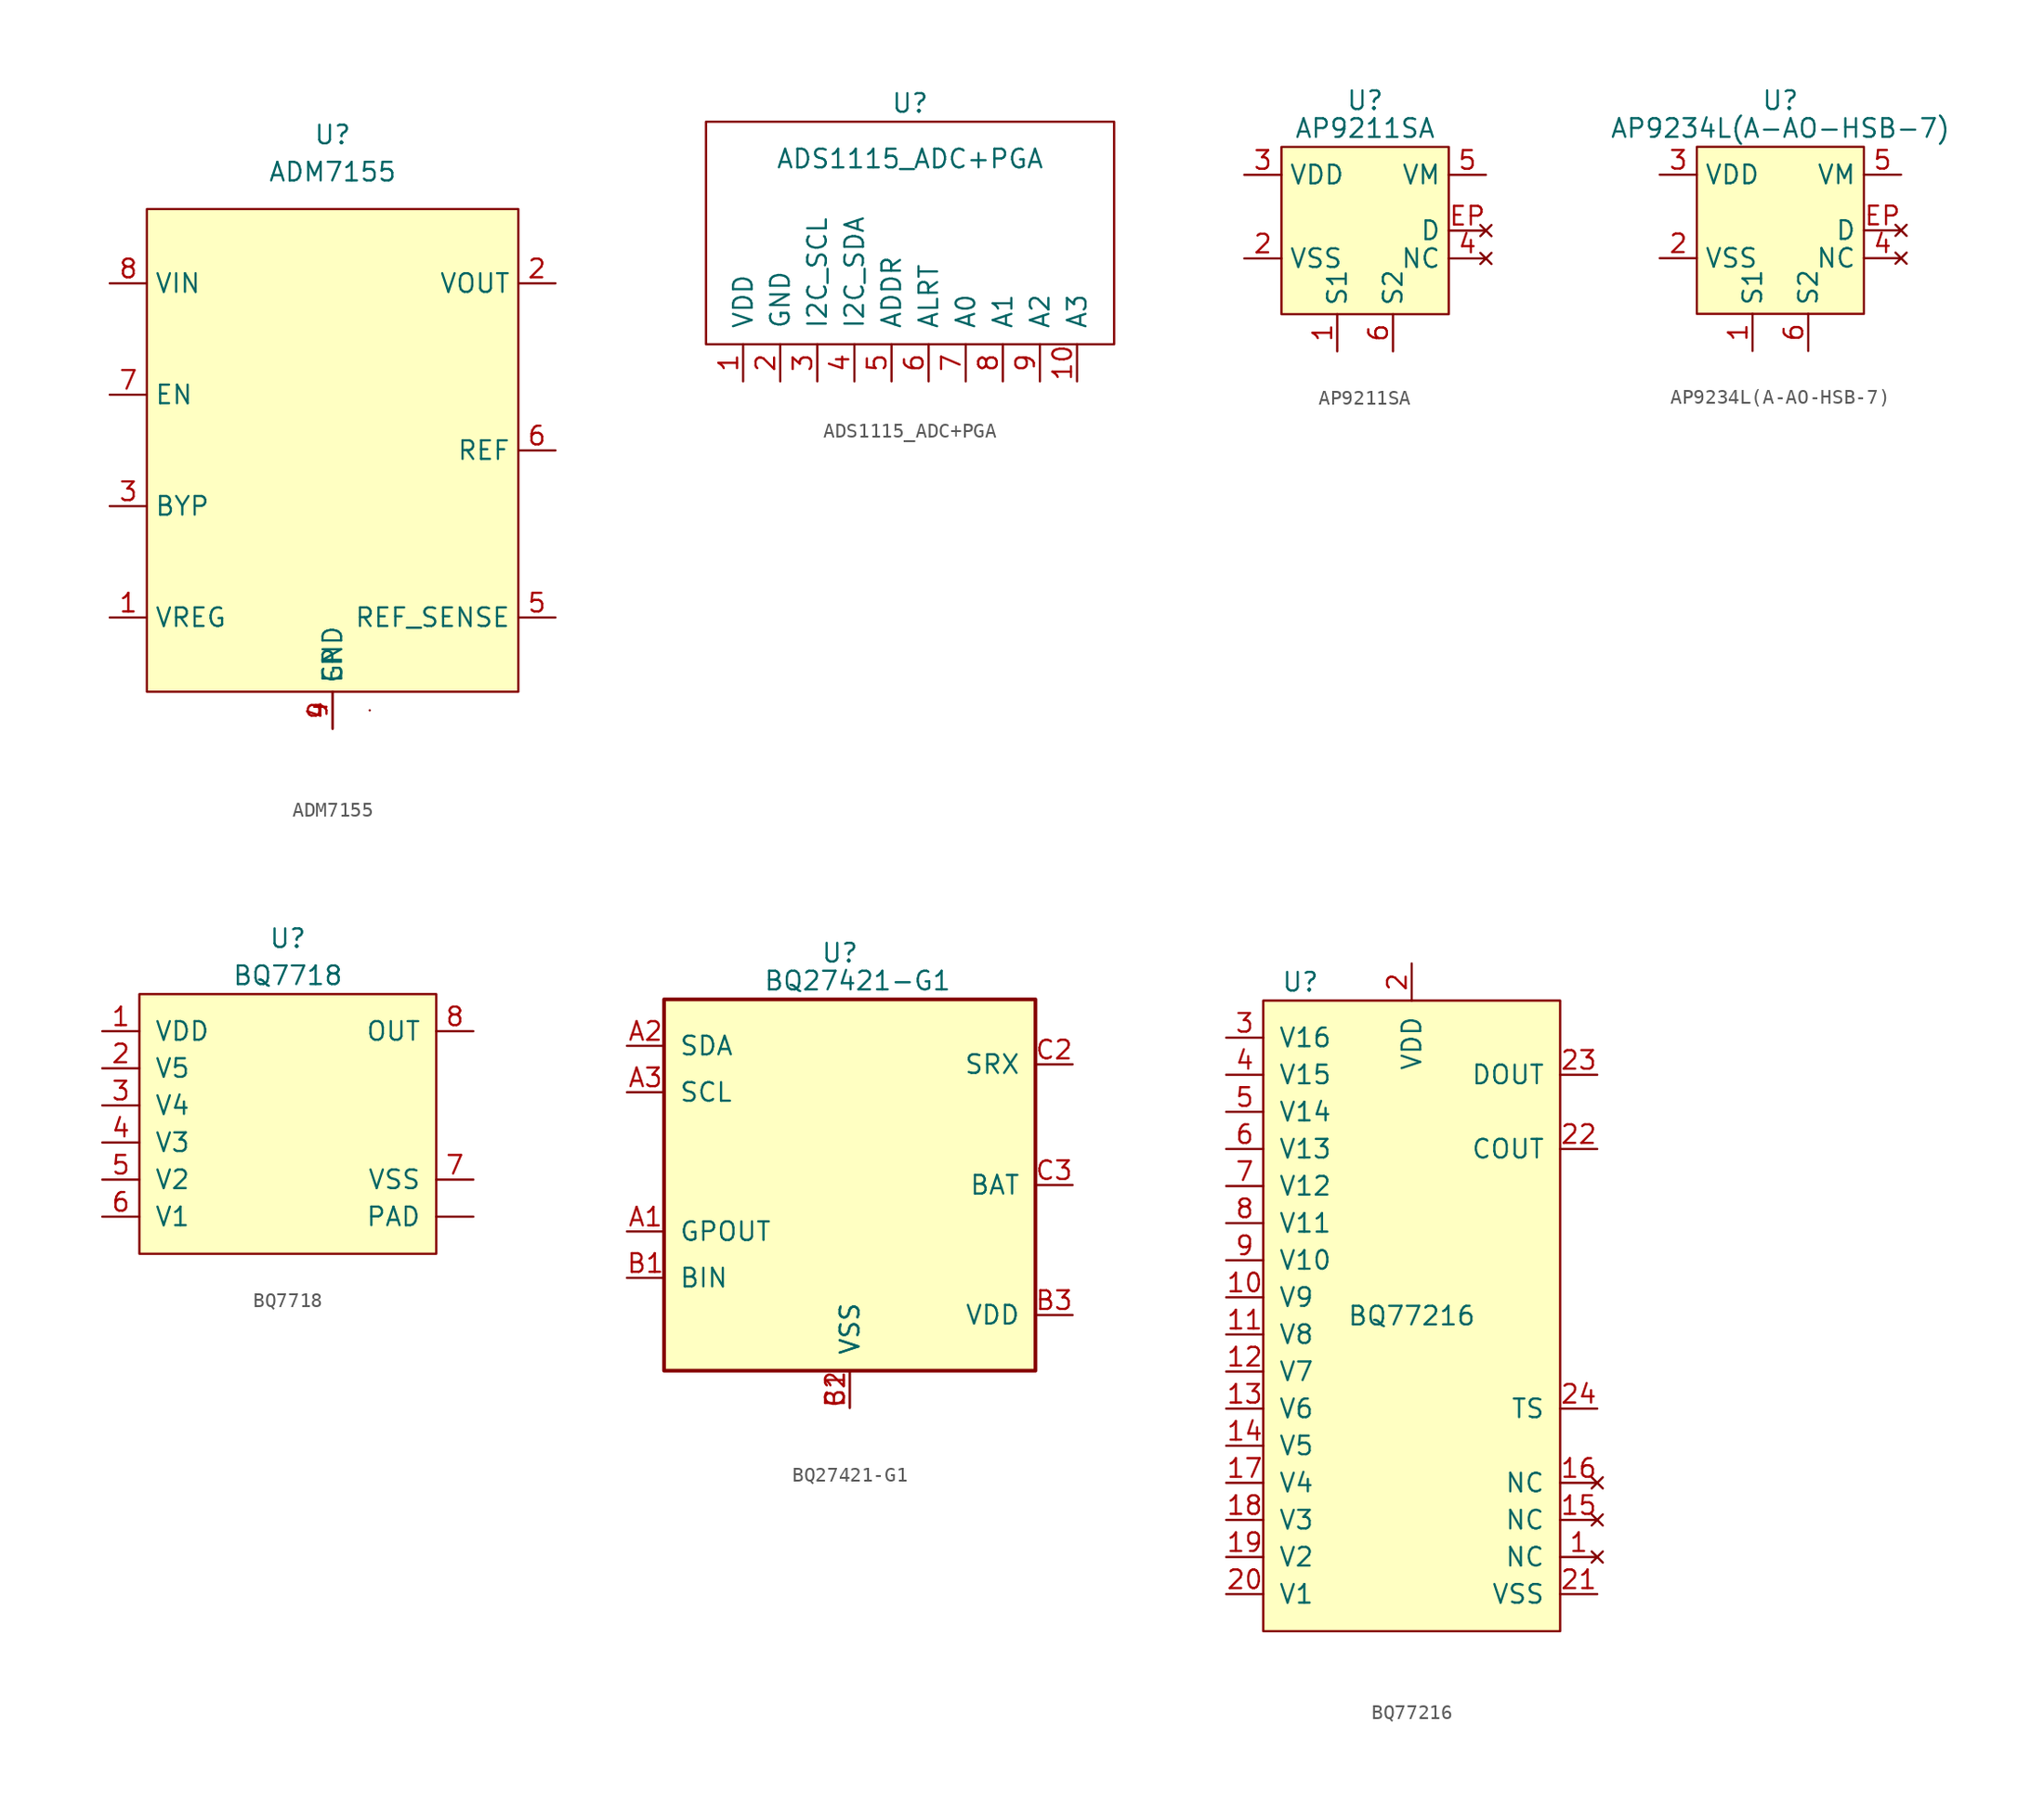
<source format=kicad_sym>
(kicad_symbol_lib
  (version 20211014)
  (generator kicad_symbol_editor)
  (symbol "ADM7155"
    (property "Reference" "U"
      (at 0 21.59 0)
      (effects (font (size 1.27 1.27))))
    (property "Value" "ADM7155"
      (at 0 19.05 0)
      (effects (font (size 1.27 1.27))))
    (symbol "ADM7155_0_1"
      (rectangle (start -12.7 16.51) (end 12.7 -16.51) (stroke (width 0.152) (type default) (color 0 0 0 0)) (fill (type background)))
      (rectangle (start 2.54 -17.78) (end 2.54 -17.78) (stroke (width 0.152) (type default) (color 0 0 0 0)) (fill (type none))))
    (symbol "ADM7155_1_1"
      (pin power_in line (at -15.24 -11.43 0) (length 2.54) (name "VREG" (effects (font (size 1.27 1.27)))) (number "1" (effects (font (size 1.27 1.27)))))
      (pin power_out line (at 15.24 11.43 180) (length 2.54) (name "VOUT" (effects (font (size 1.27 1.27)))) (number "2" (effects (font (size 1.27 1.27)))))
      (pin input line (at -15.24 -3.81 0) (length 2.54) (name "BYP" (effects (font (size 1.27 1.27)))) (number "3" (effects (font (size 1.27 1.27)))))
      (pin input line (at 0 -19.05 90) (length 2.54) (name "GND" (effects (font (size 1.27 1.27)))) (number "4" (effects (font (size 1.27 1.27)))))
      (pin input line (at 15.24 -11.43 180) (length 2.54) (name "REF_SENSE" (effects (font (size 1.27 1.27)))) (number "5" (effects (font (size 1.27 1.27)))))
      (pin output line (at 15.24 0 180) (length 2.54) (name "REF" (effects (font (size 1.27 1.27)))) (number "6" (effects (font (size 1.27 1.27)))))
      (pin input line (at -15.24 3.81 0) (length 2.54) (name "EN" (effects (font (size 1.27 1.27)))) (number "7" (effects (font (size 1.27 1.27)))))
      (pin power_in line (at -15.24 11.43 0) (length 2.54) (name "VIN" (effects (font (size 1.27 1.27)))) (number "8" (effects (font (size 1.27 1.27)))))
      (pin input line (at 0 -19.05 90) (length 2.54) (name "EP" (effects (font (size 1.27 1.27)))) (number "9" (effects (font (size 1.27 1.27)))))))
  (symbol "ADS1115_ADC+PGA"
    (pin_names
      (offset 1.016))
    (property "Reference" "U"
      (at 0 8.89 0)
      (effects (font (size 1.27 1.27))))
    (property "Value" "ADS1115_ADC+PGA"
      (at 0 5.08 0)
      (effects (font (size 1.27 1.27))))
    (symbol "ADS1115_ADC+PGA_0_1"
      (rectangle (start -13.97 -7.62) (end 13.97 7.62) (stroke (width 0) (type default) (color 0 0 0 0)) (fill (type none))))
    (symbol "ADS1115_ADC+PGA_1_1"
      (pin input line (at -11.43 -10.16 90) (length 2.54) (name "VDD" (effects (font (size 1.27 1.27)))) (number "1" (effects (font (size 1.27 1.27)))))
      (pin input line (at 11.43 -10.16 90) (length 2.54) (name "A3" (effects (font (size 1.27 1.27)))) (number "10" (effects (font (size 1.27 1.27)))))
      (pin input line (at -8.89 -10.16 90) (length 2.54) (name "GND" (effects (font (size 1.27 1.27)))) (number "2" (effects (font (size 1.27 1.27)))))
      (pin input line (at -6.35 -10.16 90) (length 2.54) (name "I2C_SCL" (effects (font (size 1.27 1.27)))) (number "3" (effects (font (size 1.27 1.27)))))
      (pin input line (at -3.81 -10.16 90) (length 2.54) (name "I2C_SDA" (effects (font (size 1.27 1.27)))) (number "4" (effects (font (size 1.27 1.27)))))
      (pin input line (at -1.27 -10.16 90) (length 2.54) (name "ADDR" (effects (font (size 1.27 1.27)))) (number "5" (effects (font (size 1.27 1.27)))))
      (pin input line (at 1.27 -10.16 90) (length 2.54) (name "ALRT" (effects (font (size 1.27 1.27)))) (number "6" (effects (font (size 1.27 1.27)))))
      (pin input line (at 3.81 -10.16 90) (length 2.54) (name "A0" (effects (font (size 1.27 1.27)))) (number "7" (effects (font (size 1.27 1.27)))))
      (pin input line (at 6.35 -10.16 90) (length 2.54) (name "A1" (effects (font (size 1.27 1.27)))) (number "8" (effects (font (size 1.27 1.27)))))
      (pin input line (at 8.89 -10.16 90) (length 2.54) (name "A2" (effects (font (size 1.27 1.27)))) (number "9" (effects (font (size 1.27 1.27)))))))
  (symbol "AP9211SA"
    (property "Reference" "U"
      (at 0 8.89 0)
      (effects (font (size 1.27 1.27))))
    (property "Value" "AP9211SA"
      (at 0 6.985 0)
      (effects (font (size 1.27 1.27))))
    (symbol "AP9211SA_0_1"
      (rectangle (start -5.715 5.715) (end 5.715 -5.715) (stroke (width 0.152) (type default) (color 0 0 0 0)) (fill (type background))))
    (symbol "AP9211SA_1_1"
      (pin power_in line (at -1.905 -8.255 90) (length 2.54) (name "S1" (effects (font (size 1.27 1.27)))) (number "1" (effects (font (size 1.27 1.27)))))
      (pin power_in line (at -8.255 -1.905 0) (length 2.54) (name "VSS" (effects (font (size 1.27 1.27)))) (number "2" (effects (font (size 1.27 1.27)))))
      (pin power_in line (at -8.255 3.81 0) (length 2.54) (name "VDD" (effects (font (size 1.27 1.27)))) (number "3" (effects (font (size 1.27 1.27)))))
      (pin no_connect line (at 8.255 -1.905 180) (length 2.54) (name "NC" (effects (font (size 1.27 1.27)))) (number "4" (effects (font (size 1.27 1.27)))))
      (pin input line (at 8.255 3.81 180) (length 2.54) (name "VM" (effects (font (size 1.27 1.27)))) (number "5" (effects (font (size 1.27 1.27)))))
      (pin power_in line (at 1.905 -8.255 90) (length 2.54) (name "S2" (effects (font (size 1.27 1.27)))) (number "6" (effects (font (size 1.27 1.27)))))
      (pin no_connect line (at 8.255 0 180) (length 2.54) (name "D" (effects (font (size 1.27 1.27)))) (number "EP" (effects (font (size 1.27 1.27)))))))
  (symbol "AP9234L(A-AO-HSB-7)"
    (property "Reference" "U"
      (at 0 8.89 0)
      (effects (font (size 1.27 1.27))))
    (property "Value" "AP9234L(A-AO-HSB-7)"
      (at 0 6.985 0)
      (effects (font (size 1.27 1.27))))
    (symbol "AP9234L(A-AO-HSB-7)_0_1"
      (rectangle (start -5.715 5.715) (end 5.715 -5.715) (stroke (width 0.152) (type default) (color 0 0 0 0)) (fill (type background))))
    (symbol "AP9234L(A-AO-HSB-7)_1_1"
      (pin power_in line (at -1.905 -8.255 90) (length 2.54) (name "S1" (effects (font (size 1.27 1.27)))) (number "1" (effects (font (size 1.27 1.27)))))
      (pin power_in line (at -8.255 -1.905 0) (length 2.54) (name "VSS" (effects (font (size 1.27 1.27)))) (number "2" (effects (font (size 1.27 1.27)))))
      (pin power_in line (at -8.255 3.81 0) (length 2.54) (name "VDD" (effects (font (size 1.27 1.27)))) (number "3" (effects (font (size 1.27 1.27)))))
      (pin no_connect line (at 8.255 -1.905 180) (length 2.54) (name "NC" (effects (font (size 1.27 1.27)))) (number "4" (effects (font (size 1.27 1.27)))))
      (pin input line (at 8.255 3.81 180) (length 2.54) (name "VM" (effects (font (size 1.27 1.27)))) (number "5" (effects (font (size 1.27 1.27)))))
      (pin power_in line (at 1.905 -8.255 90) (length 2.54) (name "S2" (effects (font (size 1.27 1.27)))) (number "6" (effects (font (size 1.27 1.27)))))
      (pin no_connect line (at 8.255 0 180) (length 2.54) (name "D" (effects (font (size 1.27 1.27)))) (number "EP" (effects (font (size 1.27 1.27)))))))
  (symbol "BQ7718"
    (pin_names
      (offset 1.016))
    (property "Reference" "U"
      (at 0 12.7 0)
      (effects (font (size 1.27 1.27))))
    (property "Value" "BQ7718"
      (at 0 10.16 0)
      (effects (font (size 1.27 1.27))))
    (symbol "BQ7718_0_1"
      (rectangle (start -10.16 8.89) (end 10.16 -8.89) (stroke (width 0) (type default) (color 0 0 0 0)) (fill (type background))))
    (symbol "BQ7718_1_1"
      (pin power_in line (at -12.7 6.35 0) (length 2.54) (name "VDD" (effects (font (size 1.27 1.27)))) (number "1" (effects (font (size 1.27 1.27)))))
      (pin input line (at -12.7 3.81 0) (length 2.54) (name "V5" (effects (font (size 1.27 1.27)))) (number "2" (effects (font (size 1.27 1.27)))))
      (pin input line (at -12.7 1.27 0) (length 2.54) (name "V4" (effects (font (size 1.27 1.27)))) (number "3" (effects (font (size 1.27 1.27)))))
      (pin input line (at -12.7 -1.27 0) (length 2.54) (name "V3" (effects (font (size 1.27 1.27)))) (number "4" (effects (font (size 1.27 1.27)))))
      (pin input line (at -12.7 -3.81 0) (length 2.54) (name "V2" (effects (font (size 1.27 1.27)))) (number "5" (effects (font (size 1.27 1.27)))))
      (pin input line (at -12.7 -6.35 0) (length 2.54) (name "V1" (effects (font (size 1.27 1.27)))) (number "6" (effects (font (size 1.27 1.27)))))
      (pin input line (at 12.7 -3.81 180) (length 2.54) (name "VSS" (effects (font (size 1.27 1.27)))) (number "7" (effects (font (size 1.27 1.27)))))
      (pin output line (at 12.7 6.35 180) (length 2.54) (name "OUT" (effects (font (size 1.27 1.27)))) (number "8" (effects (font (size 1.27 1.27)))))
      (pin passive line (at 12.7 -6.35 180) (length 2.54) (name "PAD" (effects (font (size 1.27 1.27)))) (number "~" (effects (font (size 1.27 1.27)))))))
  (symbol "BQ27421-G1"
    (pin_names
      (offset 1.016))
    (property "Reference" "U"
      (at 0.635 15.875 0)
      (effects (font (size 1.27 1.27)) (justify right)))
    (property "Value" "BQ27421-G1"
      (at 6.985 13.97 0)
      (effects (font (size 1.27 1.27)) (justify right)))
    (symbol "BQ27421-G1_0_1"
      (rectangle (start -12.7 12.7) (end 12.7 -12.7) (stroke (width 0.254) (type default) (color 0 0 0 0)) (fill (type background))))
    (symbol "BQ27421-G1_1_1"
      (pin output line (at -15.24 -3.175 0) (length 2.54) (name "GPOUT" (effects (font (size 1.27 1.27)))) (number "A1" (effects (font (size 1.27 1.27)))))
      (pin bidirectional line (at -15.24 9.525 0) (length 2.54) (name "SDA" (effects (font (size 1.27 1.27)))) (number "A2" (effects (font (size 1.27 1.27)))))
      (pin bidirectional line (at -15.24 6.35 0) (length 2.54) (name "SCL" (effects (font (size 1.27 1.27)))) (number "A3" (effects (font (size 1.27 1.27)))))
      (pin input line (at -15.24 -6.35 0) (length 2.54) (name "BIN" (effects (font (size 1.27 1.27)))) (number "B1" (effects (font (size 1.27 1.27)))))
      (pin power_in line (at 0 -15.24 90) (length 2.54) (name "VSS" (effects (font (size 1.27 1.27)))) (number "B2" (effects (font (size 1.27 1.27)))))
      (pin power_out line (at 15.24 -8.89 180) (length 2.54) (name "VDD" (effects (font (size 1.27 1.27)))) (number "B3" (effects (font (size 1.27 1.27)))))
      (pin power_in line (at 0 -15.24 90) (length 2.54) (name "VSS" (effects (font (size 1.27 1.27)))) (number "C1" (effects (font (size 1.27 1.27)))))
      (pin input line (at 15.24 8.255 180) (length 2.54) (name "SRX" (effects (font (size 1.27 1.27)))) (number "C2" (effects (font (size 1.27 1.27)))))
      (pin power_in line (at 15.24 0 180) (length 2.54) (name "BAT" (effects (font (size 1.27 1.27)))) (number "C3" (effects (font (size 1.27 1.27)))))))
  (symbol "BQ77216"
    (pin_names
      (offset 1.016))
    (property "Reference" "U"
      (at -7.62 22.86 0)
      (effects (font (size 1.27 1.27))))
    (property "Value" "BQ77216"
      (at 0 0 0)
      (effects (font (size 1.27 1.27))))
    (symbol "BQ77216_0_1"
      (rectangle (start -10.16 21.59) (end 10.16 -21.59) (stroke (width 0) (type default) (color 0 0 0 0)) (fill (type background))))
    (symbol "BQ77216_1_1"
      (pin no_connect line (at 12.7 -16.51 180) (length 2.54) (name "NC" (effects (font (size 1.27 1.27)))) (number "1" (effects (font (size 1.27 1.27)))))
      (pin input line (at -12.7 1.27 0) (length 2.54) (name "V9" (effects (font (size 1.27 1.27)))) (number "10" (effects (font (size 1.27 1.27)))))
      (pin input line (at -12.7 -1.27 0) (length 2.54) (name "V8" (effects (font (size 1.27 1.27)))) (number "11" (effects (font (size 1.27 1.27)))))
      (pin input line (at -12.7 -3.81 0) (length 2.54) (name "V7" (effects (font (size 1.27 1.27)))) (number "12" (effects (font (size 1.27 1.27)))))
      (pin input line (at -12.7 -6.35 0) (length 2.54) (name "V6" (effects (font (size 1.27 1.27)))) (number "13" (effects (font (size 1.27 1.27)))))
      (pin input line (at -12.7 -8.89 0) (length 2.54) (name "V5" (effects (font (size 1.27 1.27)))) (number "14" (effects (font (size 1.27 1.27)))))
      (pin no_connect line (at 12.7 -13.97 180) (length 2.54) (name "NC" (effects (font (size 1.27 1.27)))) (number "15" (effects (font (size 1.27 1.27)))))
      (pin no_connect line (at 12.7 -11.43 180) (length 2.54) (name "NC" (effects (font (size 1.27 1.27)))) (number "16" (effects (font (size 1.27 1.27)))))
      (pin input line (at -12.7 -11.43 0) (length 2.54) (name "V4" (effects (font (size 1.27 1.27)))) (number "17" (effects (font (size 1.27 1.27)))))
      (pin input line (at -12.7 -13.97 0) (length 2.54) (name "V3" (effects (font (size 1.27 1.27)))) (number "18" (effects (font (size 1.27 1.27)))))
      (pin input line (at -12.7 -16.51 0) (length 2.54) (name "V2" (effects (font (size 1.27 1.27)))) (number "19" (effects (font (size 1.27 1.27)))))
      (pin power_in line (at 0 24.13 270) (length 2.54) (name "VDD" (effects (font (size 1.27 1.27)))) (number "2" (effects (font (size 1.27 1.27)))))
      (pin input line (at -12.7 -19.05 0) (length 2.54) (name "V1" (effects (font (size 1.27 1.27)))) (number "20" (effects (font (size 1.27 1.27)))))
      (pin power_in line (at 12.7 -19.05 180) (length 2.54) (name "VSS" (effects (font (size 1.27 1.27)))) (number "21" (effects (font (size 1.27 1.27)))))
      (pin output line (at 12.7 11.43 180) (length 2.54) (name "COUT" (effects (font (size 1.27 1.27)))) (number "22" (effects (font (size 1.27 1.27)))))
      (pin output line (at 12.7 16.51 180) (length 2.54) (name "DOUT" (effects (font (size 1.27 1.27)))) (number "23" (effects (font (size 1.27 1.27)))))
      (pin input line (at 12.7 -6.35 180) (length 2.54) (name "TS" (effects (font (size 1.27 1.27)))) (number "24" (effects (font (size 1.27 1.27)))))
      (pin input line (at -12.7 19.05 0) (length 2.54) (name "V16" (effects (font (size 1.27 1.27)))) (number "3" (effects (font (size 1.27 1.27)))))
      (pin input line (at -12.7 16.51 0) (length 2.54) (name "V15" (effects (font (size 1.27 1.27)))) (number "4" (effects (font (size 1.27 1.27)))))
      (pin input line (at -12.7 13.97 0) (length 2.54) (name "V14" (effects (font (size 1.27 1.27)))) (number "5" (effects (font (size 1.27 1.27)))))
      (pin input line (at -12.7 11.43 0) (length 2.54) (name "V13" (effects (font (size 1.27 1.27)))) (number "6" (effects (font (size 1.27 1.27)))))
      (pin input line (at -12.7 8.89 0) (length 2.54) (name "V12" (effects (font (size 1.27 1.27)))) (number "7" (effects (font (size 1.27 1.27)))))
      (pin input line (at -12.7 6.35 0) (length 2.54) (name "V11" (effects (font (size 1.27 1.27)))) (number "8" (effects (font (size 1.27 1.27)))))
      (pin input line (at -12.7 3.81 0) (length 2.54) (name "V10" (effects (font (size 1.27 1.27)))) (number "9" (effects (font (size 1.27 1.27))))))))
</source>
